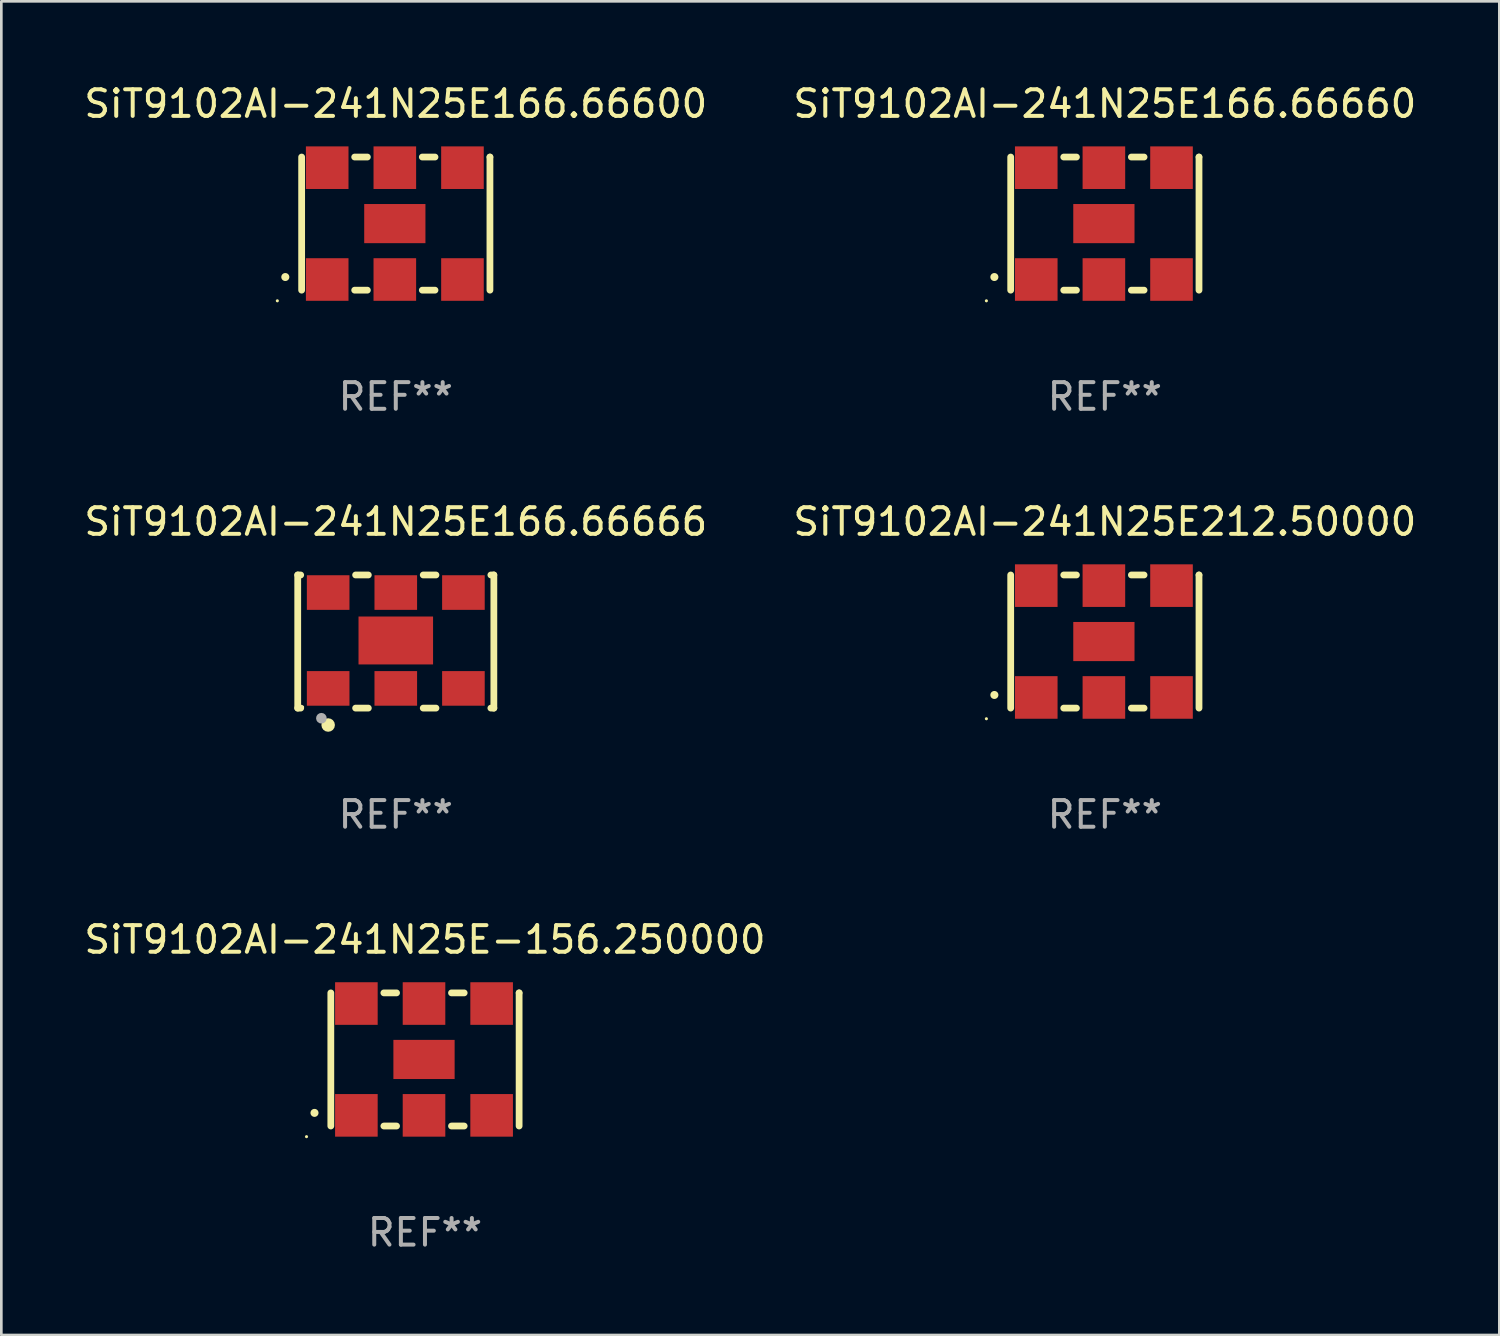
<source format=kicad_pcb>
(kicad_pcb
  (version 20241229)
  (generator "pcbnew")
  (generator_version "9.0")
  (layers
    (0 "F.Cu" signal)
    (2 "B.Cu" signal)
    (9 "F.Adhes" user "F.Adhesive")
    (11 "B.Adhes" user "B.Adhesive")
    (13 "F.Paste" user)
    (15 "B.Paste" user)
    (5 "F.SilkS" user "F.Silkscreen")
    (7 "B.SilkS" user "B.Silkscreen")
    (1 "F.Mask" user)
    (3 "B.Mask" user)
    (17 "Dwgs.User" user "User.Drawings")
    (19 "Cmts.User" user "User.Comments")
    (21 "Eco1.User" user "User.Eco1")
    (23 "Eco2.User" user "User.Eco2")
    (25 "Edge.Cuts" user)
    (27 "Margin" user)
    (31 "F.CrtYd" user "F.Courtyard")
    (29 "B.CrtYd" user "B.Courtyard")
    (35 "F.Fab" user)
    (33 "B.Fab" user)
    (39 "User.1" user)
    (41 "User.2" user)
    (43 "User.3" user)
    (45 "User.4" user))
  (footprint "SiT9102AI-241N25E166.66600"
    (layer "F.Cu")
    (at 11.815 5.348)
    (property "Reference" "SiT9102AI-241N25E166.66600" (at 0 -4.5 0) (layer "F.SilkS") (effects (font (size 1 1) (thickness 0.15))))
    (attr through_hole)
    (fp_line (start -3.536 -2.5) (end -3.536 2.5) (stroke (width 0.254) (type solid)) (layer "F.SilkS"))
    (fp_line (start -1.544 2.5) (end -1.067 2.5) (stroke (width 0.254) (type solid)) (layer "F.SilkS"))
    (fp_line (start -1.067 -2.5) (end -1.544 -2.5) (stroke (width 0.254) (type solid)) (layer "F.SilkS"))
    (fp_line (start 0.996 2.5) (end 1.473 2.5) (stroke (width 0.254) (type solid)) (layer "F.SilkS"))
    (fp_line (start 1.473 -2.5) (end 0.996 -2.5) (stroke (width 0.254) (type solid)) (layer "F.SilkS"))
    (fp_line (start 3.536 -2.5) (end 3.536 -2.5) (stroke (width 0.254) (type solid)) (layer "F.SilkS"))
    (fp_line (start 3.536 2.5) (end 3.536 -2.5) (stroke (width 0.254) (type solid)) (layer "F.SilkS"))
    (fp_arc (start -4.150432 2.006604) (mid -4.149162 2.006599) (end -4.147892 2.006604) (stroke (width 0.3) (type solid)) (layer "F.SilkS"))
    (fp_circle (center -4.449 2.9) (end -4.419 2.9) (stroke (width 0.06) (type solid)) (fill no) (layer "F.SilkS"))
    (fp_text user "REF**" (at 0 6.5 0) (layer "F.Fab") (effects (font (size 1 1) (thickness 0.15))))
    (pad "1" smd rect (at -2.576 2.1) (size 1.6 1.6) (layers "F.Cu" "F.Mask" "F.Paste"))
    (pad "2" smd rect (at -0.036 2.1) (size 1.6 1.6) (layers "F.Cu" "F.Mask" "F.Paste"))
    (pad "3" smd rect (at 2.504 2.1) (size 1.6 1.6) (layers "F.Cu" "F.Mask" "F.Paste"))
    (pad "4" smd rect (at 2.504 -2.1) (size 1.6 1.6) (layers "F.Cu" "F.Mask" "F.Paste"))
    (pad "5" smd rect (at -0.036 -2.1) (size 1.6 1.6) (layers "F.Cu" "F.Mask" "F.Paste"))
    (pad "6" smd rect (at -2.576 -2.1) (size 1.6 1.6) (layers "F.Cu" "F.Mask" "F.Paste"))
    (pad "7" smd rect (at -0.036 0) (size 2.3 1.47) (layers "F.Cu" "F.Mask" "F.Paste")))
  (footprint "SiT9102AI-241N25E-156.250000"
    (layer "F.Cu")
    (at 12.911 36.741)
    (property "Reference" "SiT9102AI-241N25E-156.250000" (at 0 -4.5 0) (layer "F.SilkS") (effects (font (size 1 1) (thickness 0.15))))
    (attr through_hole)
    (fp_line (start -3.536 -2.5) (end -3.536 2.5) (stroke (width 0.254) (type solid)) (layer "F.SilkS"))
    (fp_line (start -1.544 2.5) (end -1.067 2.5) (stroke (width 0.254) (type solid)) (layer "F.SilkS"))
    (fp_line (start -1.067 -2.5) (end -1.544 -2.5) (stroke (width 0.254) (type solid)) (layer "F.SilkS"))
    (fp_line (start 0.996 2.5) (end 1.473 2.5) (stroke (width 0.254) (type solid)) (layer "F.SilkS"))
    (fp_line (start 1.473 -2.5) (end 0.996 -2.5) (stroke (width 0.254) (type solid)) (layer "F.SilkS"))
    (fp_line (start 3.536 -2.5) (end 3.536 -2.5) (stroke (width 0.254) (type solid)) (layer "F.SilkS"))
    (fp_line (start 3.536 2.5) (end 3.536 -2.5) (stroke (width 0.254) (type solid)) (layer "F.SilkS"))
    (fp_arc (start -4.150432 2.006604) (mid -4.149162 2.006599) (end -4.147892 2.006604) (stroke (width 0.3) (type solid)) (layer "F.SilkS"))
    (fp_circle (center -4.449 2.9) (end -4.419 2.9) (stroke (width 0.06) (type solid)) (fill no) (layer "F.SilkS"))
    (fp_text user "REF**" (at 0 6.5 0) (layer "F.Fab") (effects (font (size 1 1) (thickness 0.15))))
    (pad "1" smd rect (at -2.576 2.1) (size 1.6 1.6) (layers "F.Cu" "F.Mask" "F.Paste"))
    (pad "2" smd rect (at -0.036 2.1) (size 1.6 1.6) (layers "F.Cu" "F.Mask" "F.Paste"))
    (pad "3" smd rect (at 2.504 2.1) (size 1.6 1.6) (layers "F.Cu" "F.Mask" "F.Paste"))
    (pad "4" smd rect (at 2.504 -2.1) (size 1.6 1.6) (layers "F.Cu" "F.Mask" "F.Paste"))
    (pad "5" smd rect (at -0.036 -2.1) (size 1.6 1.6) (layers "F.Cu" "F.Mask" "F.Paste"))
    (pad "6" smd rect (at -2.576 -2.1) (size 1.6 1.6) (layers "F.Cu" "F.Mask" "F.Paste"))
    (pad "7" smd rect (at -0.036 0) (size 2.3 1.47) (layers "F.Cu" "F.Mask" "F.Paste")))
  (footprint "SiT9102AI-241N25E166.66660"
    (layer "F.Cu")
    (at 38.446 5.348)
    (property "Reference" "SiT9102AI-241N25E166.66660" (at 0 -4.5 0) (layer "F.SilkS") (effects (font (size 1 1) (thickness 0.15))))
    (attr through_hole)
    (fp_line (start -3.536 -2.5) (end -3.536 2.5) (stroke (width 0.254) (type solid)) (layer "F.SilkS"))
    (fp_line (start -1.544 2.5) (end -1.067 2.5) (stroke (width 0.254) (type solid)) (layer "F.SilkS"))
    (fp_line (start -1.067 -2.5) (end -1.544 -2.5) (stroke (width 0.254) (type solid)) (layer "F.SilkS"))
    (fp_line (start 0.996 2.5) (end 1.473 2.5) (stroke (width 0.254) (type solid)) (layer "F.SilkS"))
    (fp_line (start 1.473 -2.5) (end 0.996 -2.5) (stroke (width 0.254) (type solid)) (layer "F.SilkS"))
    (fp_line (start 3.536 -2.5) (end 3.536 -2.5) (stroke (width 0.254) (type solid)) (layer "F.SilkS"))
    (fp_line (start 3.536 2.5) (end 3.536 -2.5) (stroke (width 0.254) (type solid)) (layer "F.SilkS"))
    (fp_arc (start -4.150432 2.006604) (mid -4.149162 2.006599) (end -4.147892 2.006604) (stroke (width 0.3) (type solid)) (layer "F.SilkS"))
    (fp_circle (center -4.449 2.9) (end -4.419 2.9) (stroke (width 0.06) (type solid)) (fill no) (layer "F.SilkS"))
    (fp_text user "REF**" (at 0 6.5 0) (layer "F.Fab") (effects (font (size 1 1) (thickness 0.15))))
    (pad "1" smd rect (at -2.576 2.1) (size 1.6 1.6) (layers "F.Cu" "F.Mask" "F.Paste"))
    (pad "2" smd rect (at -0.036 2.1) (size 1.6 1.6) (layers "F.Cu" "F.Mask" "F.Paste"))
    (pad "3" smd rect (at 2.504 2.1) (size 1.6 1.6) (layers "F.Cu" "F.Mask" "F.Paste"))
    (pad "4" smd rect (at 2.504 -2.1) (size 1.6 1.6) (layers "F.Cu" "F.Mask" "F.Paste"))
    (pad "5" smd rect (at -0.036 -2.1) (size 1.6 1.6) (layers "F.Cu" "F.Mask" "F.Paste"))
    (pad "6" smd rect (at -2.576 -2.1) (size 1.6 1.6) (layers "F.Cu" "F.Mask" "F.Paste"))
    (pad "7" smd rect (at -0.036 0) (size 2.3 1.47) (layers "F.Cu" "F.Mask" "F.Paste")))
  (footprint "SiT9102AI-241N25E166.66666"
    (layer "F.Cu")
    (at 11.815 21.045)
    (property "Reference" "SiT9102AI-241N25E166.66666" (at 0 -4.5 0) (layer "F.SilkS") (effects (font (size 1 1) (thickness 0.15))))
    (attr through_hole)
    (fp_line (start -3.683 -2.5) (end -3.571 -2.5) (stroke (width 0.254) (type solid)) (layer "F.SilkS"))
    (fp_line (start -3.683 2.5) (end -3.683 -2.5) (stroke (width 0.254) (type solid)) (layer "F.SilkS"))
    (fp_line (start -3.683 2.5) (end -3.571 2.5) (stroke (width 0.254) (type solid)) (layer "F.SilkS"))
    (fp_line (start -1.509 -2.5) (end -1.031 -2.5) (stroke (width 0.254) (type solid)) (layer "F.SilkS"))
    (fp_line (start -1.509 2.5) (end -1.031 2.5) (stroke (width 0.254) (type solid)) (layer "F.SilkS"))
    (fp_line (start 1.031 -2.5) (end 1.509 -2.5) (stroke (width 0.254) (type solid)) (layer "F.SilkS"))
    (fp_line (start 1.031 2.5) (end 1.509 2.5) (stroke (width 0.254) (type solid)) (layer "F.SilkS"))
    (fp_line (start 3.571 -2.5) (end 3.683 -2.5) (stroke (width 0.254) (type solid)) (layer "F.SilkS"))
    (fp_line (start 3.571 2.5) (end 3.683 2.5) (stroke (width 0.254) (type solid)) (layer "F.SilkS"))
    (fp_line (start 3.683 2.5) (end 3.683 -2.5) (stroke (width 0.254) (type solid)) (layer "F.SilkS"))
    (fp_circle (center -3.5 2.46) (end -3.47 2.46) (stroke (width 0.06) (type solid)) (fill no) (layer "F.SilkS"))
    (fp_circle (center -2.54 3.135) (end -2.413 3.135) (stroke (width 0.254) (type solid)) (fill no) (layer "F.SilkS"))
    (fp_circle (center -2.794 2.881) (end -2.694 2.881) (stroke (width 0.2) (type solid)) (fill no) (layer "F.Fab"))
    (fp_text user "REF**" (at 0 6.5 0) (layer "F.Fab") (effects (font (size 1 1) (thickness 0.15))))
    (pad "1" smd rect (at -2.54 1.76) (size 1.6 1.3) (layers "F.Cu" "F.Mask" "F.Paste"))
    (pad "2" smd rect (at 0 1.76) (size 1.6 1.3) (layers "F.Cu" "F.Mask" "F.Paste"))
    (pad "3" smd rect (at 2.54 1.76) (size 1.6 1.3) (layers "F.Cu" "F.Mask" "F.Paste"))
    (pad "4" smd rect (at 2.54 -1.84) (size 1.6 1.3) (layers "F.Cu" "F.Mask" "F.Paste"))
    (pad "5" smd rect (at 0 -1.84) (size 1.6 1.3) (layers "F.Cu" "F.Mask" "F.Paste"))
    (pad "6" smd rect (at -2.54 -1.84) (size 1.6 1.3) (layers "F.Cu" "F.Mask" "F.Paste"))
    (pad "7" smd rect (at 0 -0.04) (size 2.8 1.8) (layers "F.Cu" "F.Mask" "F.Paste")))
  (footprint "SiT9102AI-241N25E212.50000"
    (layer "F.Cu")
    (at 38.446 21.045)
    (property "Reference" "SiT9102AI-241N25E212.50000" (at 0 -4.5 0) (layer "F.SilkS") (effects (font (size 1 1) (thickness 0.15))))
    (attr through_hole)
    (fp_line (start -3.536 -2.5) (end -3.536 2.5) (stroke (width 0.254) (type solid)) (layer "F.SilkS"))
    (fp_line (start -1.544 2.5) (end -1.067 2.5) (stroke (width 0.254) (type solid)) (layer "F.SilkS"))
    (fp_line (start -1.067 -2.5) (end -1.544 -2.5) (stroke (width 0.254) (type solid)) (layer "F.SilkS"))
    (fp_line (start 0.996 2.5) (end 1.473 2.5) (stroke (width 0.254) (type solid)) (layer "F.SilkS"))
    (fp_line (start 1.473 -2.5) (end 0.996 -2.5) (stroke (width 0.254) (type solid)) (layer "F.SilkS"))
    (fp_line (start 3.536 -2.5) (end 3.536 -2.5) (stroke (width 0.254) (type solid)) (layer "F.SilkS"))
    (fp_line (start 3.536 2.5) (end 3.536 -2.5) (stroke (width 0.254) (type solid)) (layer "F.SilkS"))
    (fp_arc (start -4.150432 2.006604) (mid -4.149162 2.006599) (end -4.147892 2.006604) (stroke (width 0.3) (type solid)) (layer "F.SilkS"))
    (fp_circle (center -4.449 2.9) (end -4.419 2.9) (stroke (width 0.06) (type solid)) (fill no) (layer "F.SilkS"))
    (fp_text user "REF**" (at 0 6.5 0) (layer "F.Fab") (effects (font (size 1 1) (thickness 0.15))))
    (pad "1" smd rect (at -2.576 2.1) (size 1.6 1.6) (layers "F.Cu" "F.Mask" "F.Paste"))
    (pad "2" smd rect (at -0.036 2.1) (size 1.6 1.6) (layers "F.Cu" "F.Mask" "F.Paste"))
    (pad "3" smd rect (at 2.504 2.1) (size 1.6 1.6) (layers "F.Cu" "F.Mask" "F.Paste"))
    (pad "4" smd rect (at 2.504 -2.1) (size 1.6 1.6) (layers "F.Cu" "F.Mask" "F.Paste"))
    (pad "5" smd rect (at -0.036 -2.1) (size 1.6 1.6) (layers "F.Cu" "F.Mask" "F.Paste"))
    (pad "6" smd rect (at -2.576 -2.1) (size 1.6 1.6) (layers "F.Cu" "F.Mask" "F.Paste"))
    (pad "7" smd rect (at -0.036 0) (size 2.3 1.47) (layers "F.Cu" "F.Mask" "F.Paste")))
  (gr_rect
    (start -3 -3)
    (end 53.262 47.09)
    (stroke (width 0.1) (type default))
    (fill no)
    (layer "Edge.Cuts")))
</source>
